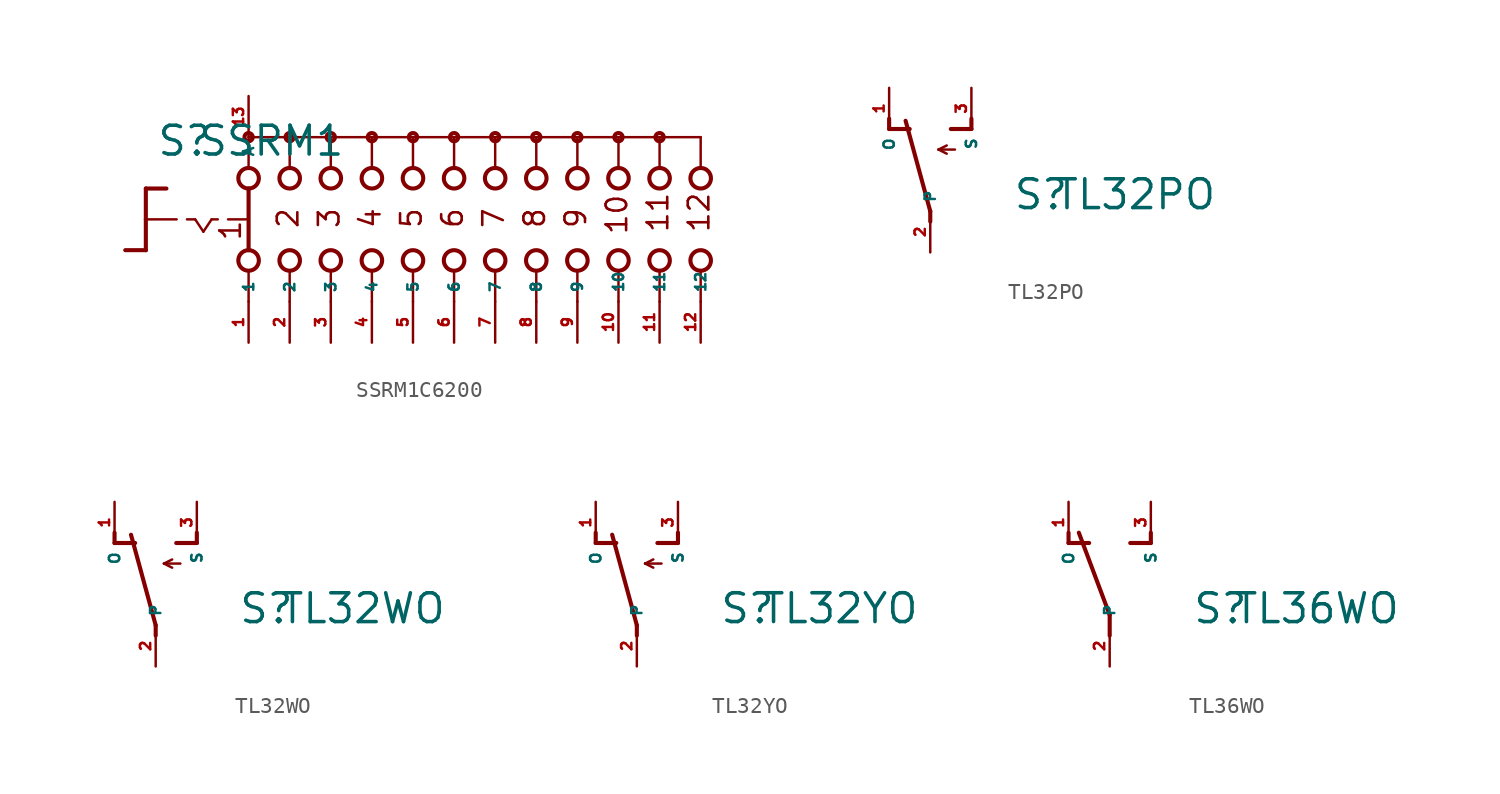
<source format=kicad_sym>
(kicad_symbol_lib
  (version 20220914)
  (generator Eagle2Kicad)
  (symbol "SSRM1C6200"
    (property "Reference" "S"
      (at -18.415 3.81 0)
      (effects (font (size 1.778 1.778) (thickness 0.22)) (justify left bottom)))
    (property "Value" "SSRM1"
      (at -15.875 3.81 0)
      (effects (font (size 1.778 1.778) (thickness 0.22)) (justify left bottom)))
    (polyline
      (pts (xy -19.05 1.905) (xy -17.78 1.905))
      (stroke (width 0.254) (type default))
      (fill (type none)))
    (polyline
      (pts (xy -19.05 1.905) (xy -19.05 0))
      (stroke (width 0.254) (type default))
      (fill (type none)))
    (polyline
      (pts (xy -19.05 -1.905) (xy -20.32 -1.905))
      (stroke (width 0.254) (type default))
      (fill (type none)))
    (polyline
      (pts (xy -19.05 0) (xy -17.145 0))
      (stroke (width 0.152) (type default))
      (fill (type none)))
    (polyline
      (pts (xy -19.05 0) (xy -19.05 -1.905))
      (stroke (width 0.254) (type default))
      (fill (type none)))
    (polyline
      (pts (xy -16.51 0) (xy -16.002 0))
      (stroke (width 0.152) (type default))
      (fill (type none)))
    (polyline
      (pts (xy -14.986 0) (xy -14.605 0))
      (stroke (width 0.152) (type default))
      (fill (type none)))
    (polyline
      (pts (xy -13.97 0) (xy -12.827 0))
      (stroke (width 0.152) (type default))
      (fill (type none)))
    (polyline
      (pts (xy -16.002 0) (xy -15.494 -0.762))
      (stroke (width 0.152) (type default))
      (fill (type none)))
    (polyline
      (pts (xy -15.494 -0.762) (xy -14.986 0))
      (stroke (width 0.152) (type default))
      (fill (type none)))
    (polyline
      (pts (xy -10.16 3.175) (xy -10.16 5.08))
      (stroke (width 0.152) (type default))
      (fill (type none)))
    (polyline
      (pts (xy -7.62 3.175) (xy -7.62 5.08))
      (stroke (width 0.152) (type default))
      (fill (type none)))
    (polyline
      (pts (xy -5.08 3.175) (xy -5.08 5.08))
      (stroke (width 0.152) (type default))
      (fill (type none)))
    (polyline
      (pts (xy -10.16 -5.08) (xy -10.16 -3.175))
      (stroke (width 0.152) (type default))
      (fill (type none)))
    (polyline
      (pts (xy -7.62 -5.08) (xy -7.62 -3.175))
      (stroke (width 0.152) (type default))
      (fill (type none)))
    (polyline
      (pts (xy -5.08 -5.08) (xy -5.08 -3.175))
      (stroke (width 0.152) (type default))
      (fill (type none)))
    (polyline
      (pts (xy -7.62 5.08) (xy -10.16 5.08))
      (stroke (width 0.152) (type default))
      (fill (type none)))
    (polyline
      (pts (xy -7.62 5.08) (xy -5.08 5.08))
      (stroke (width 0.152) (type default))
      (fill (type none)))
    (polyline
      (pts (xy -2.54 -5.08) (xy -2.54 -3.175))
      (stroke (width 0.152) (type default))
      (fill (type none)))
    (polyline
      (pts (xy 0 -5.08) (xy 0 -3.175))
      (stroke (width 0.152) (type default))
      (fill (type none)))
    (polyline
      (pts (xy -2.54 3.175) (xy -2.54 5.08))
      (stroke (width 0.152) (type default))
      (fill (type none)))
    (polyline
      (pts (xy 0 3.175) (xy 0 5.08))
      (stroke (width 0.152) (type default))
      (fill (type none)))
    (polyline
      (pts (xy -5.08 5.08) (xy -2.54 5.08))
      (stroke (width 0.152) (type default))
      (fill (type none)))
    (polyline
      (pts (xy -2.54 5.08) (xy 0 5.08))
      (stroke (width 0.152) (type default))
      (fill (type none)))
    (polyline
      (pts (xy -12.7 5.08) (xy -12.7 3.175))
      (stroke (width 0.152) (type default))
      (fill (type none)))
    (polyline
      (pts (xy -12.7 1.905) (xy -12.7 -1.905))
      (stroke (width 0.254) (type default))
      (fill (type none)))
    (polyline
      (pts (xy -12.7 -3.175) (xy -12.7 -5.08))
      (stroke (width 0.152) (type default))
      (fill (type none)))
    (polyline
      (pts (xy -10.16 5.08) (xy -12.7 5.08))
      (stroke (width 0.152) (type default))
      (fill (type none)))
    (polyline
      (pts (xy 0 5.08) (xy 2.54 5.08))
      (stroke (width 0.152) (type default))
      (fill (type none)))
    (polyline
      (pts (xy 2.54 3.175) (xy 2.54 5.08))
      (stroke (width 0.152) (type default))
      (fill (type none)))
    (polyline
      (pts (xy 2.54 -5.08) (xy 2.54 -3.175))
      (stroke (width 0.152) (type default))
      (fill (type none)))
    (polyline
      (pts (xy 5.08 3.175) (xy 5.08 5.08))
      (stroke (width 0.152) (type default))
      (fill (type none)))
    (polyline
      (pts (xy 7.62 3.175) (xy 7.62 5.08))
      (stroke (width 0.152) (type default))
      (fill (type none)))
    (polyline
      (pts (xy 10.16 3.175) (xy 10.16 5.08))
      (stroke (width 0.152) (type default))
      (fill (type none)))
    (polyline
      (pts (xy 12.7 3.175) (xy 12.7 5.08))
      (stroke (width 0.152) (type default))
      (fill (type none)))
    (polyline
      (pts (xy 15.24 3.175) (xy 15.24 5.08))
      (stroke (width 0.152) (type default))
      (fill (type none)))
    (polyline
      (pts (xy 2.54 5.08) (xy 5.08 5.08))
      (stroke (width 0.152) (type default))
      (fill (type none)))
    (polyline
      (pts (xy 5.08 5.08) (xy 7.62 5.08))
      (stroke (width 0.152) (type default))
      (fill (type none)))
    (polyline
      (pts (xy 7.62 5.08) (xy 10.16 5.08))
      (stroke (width 0.152) (type default))
      (fill (type none)))
    (polyline
      (pts (xy 10.16 5.08) (xy 12.7 5.08))
      (stroke (width 0.152) (type default))
      (fill (type none)))
    (polyline
      (pts (xy 12.7 5.08) (xy 15.24 5.08))
      (stroke (width 0.152) (type default))
      (fill (type none)))
    (polyline
      (pts (xy 5.08 -5.08) (xy 5.08 -3.175))
      (stroke (width 0.152) (type default))
      (fill (type none)))
    (polyline
      (pts (xy 7.62 -5.08) (xy 7.62 -3.175))
      (stroke (width 0.152) (type default))
      (fill (type none)))
    (polyline
      (pts (xy 10.16 -5.08) (xy 10.16 -3.175))
      (stroke (width 0.152) (type default))
      (fill (type none)))
    (polyline
      (pts (xy 12.7 -5.08) (xy 12.7 -3.175))
      (stroke (width 0.152) (type default))
      (fill (type none)))
    (polyline
      (pts (xy 15.24 -5.08) (xy 15.24 -3.175))
      (stroke (width 0.152) (type default))
      (fill (type none)))
    (text "1"
      (at -13.081 -1.397 900)
      (effects (font (size 1.27 1.27) (thickness 0.16)) (justify left bottom)))
    (text "2"
      (at -9.525 -0.635 900)
      (effects (font (size 1.27 1.27) (thickness 0.16)) (justify left bottom)))
    (text "3"
      (at -6.985 -0.635 900)
      (effects (font (size 1.27 1.27) (thickness 0.16)) (justify left bottom)))
    (text "4"
      (at -4.445 -0.635 900)
      (effects (font (size 1.27 1.27) (thickness 0.16)) (justify left bottom)))
    (text "5"
      (at -1.905 -0.635 900)
      (effects (font (size 1.27 1.27) (thickness 0.16)) (justify left bottom)))
    (text "6"
      (at 0.635 -0.635 900)
      (effects (font (size 1.27 1.27) (thickness 0.16)) (justify left bottom)))
    (text "7"
      (at 3.175 -0.635 900)
      (effects (font (size 1.27 1.27) (thickness 0.16)) (justify left bottom)))
    (text "8"
      (at 5.715 -0.635 900)
      (effects (font (size 1.27 1.27) (thickness 0.16)) (justify left bottom)))
    (text "9"
      (at 8.255 -0.635 900)
      (effects (font (size 1.27 1.27) (thickness 0.16)) (justify left bottom)))
    (text "10"
      (at 10.795 -1.016 900)
      (effects (font (size 1.27 1.27) (thickness 0.16)) (justify left bottom)))
    (text "11"
      (at 13.335 -0.889 900)
      (effects (font (size 1.27 1.27) (thickness 0.16)) (justify left bottom)))
    (text "12"
      (at 15.875 -0.889 900)
      (effects (font (size 1.27 1.27) (thickness 0.16)) (justify left bottom)))
    (circle
      (center -7.62 5.08)
      (radius 0.254)
      (stroke (width 0.254) (type default))
      (fill (type none)))
    (circle
      (center -5.08 5.08)
      (radius 0.254)
      (stroke (width 0.254) (type default))
      (fill (type none)))
    (circle
      (center 0 5.08)
      (radius 0.254)
      (stroke (width 0.254) (type default))
      (fill (type none)))
    (circle
      (center -12.7 5.08)
      (radius 0.254)
      (stroke (width 0.254) (type default))
      (fill (type none)))
    (circle
      (center -10.16 5.08)
      (radius 0.254)
      (stroke (width 0.254) (type default))
      (fill (type none)))
    (circle
      (center -12.7 2.54)
      (radius 0.635)
      (stroke (width 0.254) (type default))
      (fill (type none)))
    (circle
      (center -10.16 2.54)
      (radius 0.635)
      (stroke (width 0.254) (type default))
      (fill (type none)))
    (circle
      (center -7.62 2.54)
      (radius 0.635)
      (stroke (width 0.254) (type default))
      (fill (type none)))
    (circle
      (center -12.7 -2.54)
      (radius 0.635)
      (stroke (width 0.254) (type default))
      (fill (type none)))
    (circle
      (center -10.16 -2.54)
      (radius 0.635)
      (stroke (width 0.254) (type default))
      (fill (type none)))
    (circle
      (center -7.62 -2.54)
      (radius 0.635)
      (stroke (width 0.254) (type default))
      (fill (type none)))
    (circle
      (center -2.54 5.08)
      (radius 0.254)
      (stroke (width 0.254) (type default))
      (fill (type none)))
    (circle
      (center -5.08 2.54)
      (radius 0.635)
      (stroke (width 0.254) (type default))
      (fill (type none)))
    (circle
      (center -2.54 2.54)
      (radius 0.635)
      (stroke (width 0.254) (type default))
      (fill (type none)))
    (circle
      (center -5.08 -2.54)
      (radius 0.635)
      (stroke (width 0.254) (type default))
      (fill (type none)))
    (circle
      (center -2.54 -2.54)
      (radius 0.635)
      (stroke (width 0.254) (type default))
      (fill (type none)))
    (circle
      (center 0 2.54)
      (radius 0.635)
      (stroke (width 0.254) (type default))
      (fill (type none)))
    (circle
      (center 0 -2.54)
      (radius 0.635)
      (stroke (width 0.254) (type default))
      (fill (type none)))
    (circle
      (center 2.54 5.08)
      (radius 0.254)
      (stroke (width 0.254) (type default))
      (fill (type none)))
    (circle
      (center 2.54 2.54)
      (radius 0.635)
      (stroke (width 0.254) (type default))
      (fill (type none)))
    (circle
      (center 2.54 -2.54)
      (radius 0.635)
      (stroke (width 0.254) (type default))
      (fill (type none)))
    (circle
      (center 5.08 2.54)
      (radius 0.635)
      (stroke (width 0.254) (type default))
      (fill (type none)))
    (circle
      (center 7.62 2.54)
      (radius 0.635)
      (stroke (width 0.254) (type default))
      (fill (type none)))
    (circle
      (center 10.16 2.54)
      (radius 0.635)
      (stroke (width 0.254) (type default))
      (fill (type none)))
    (circle
      (center 12.7 2.54)
      (radius 0.635)
      (stroke (width 0.254) (type default))
      (fill (type none)))
    (circle
      (center 15.24 2.54)
      (radius 0.635)
      (stroke (width 0.254) (type default))
      (fill (type none)))
    (circle
      (center 5.08 5.08)
      (radius 0.254)
      (stroke (width 0.254) (type default))
      (fill (type none)))
    (circle
      (center 7.62 5.08)
      (radius 0.254)
      (stroke (width 0.254) (type default))
      (fill (type none)))
    (circle
      (center 10.16 5.08)
      (radius 0.254)
      (stroke (width 0.254) (type default))
      (fill (type none)))
    (circle
      (center 12.7 5.08)
      (radius 0.254)
      (stroke (width 0.254) (type default))
      (fill (type none)))
    (circle
      (center 5.08 -2.54)
      (radius 0.635)
      (stroke (width 0.254) (type default))
      (fill (type none)))
    (circle
      (center 7.62 -2.54)
      (radius 0.635)
      (stroke (width 0.254) (type default))
      (fill (type none)))
    (circle
      (center 10.16 -2.54)
      (radius 0.635)
      (stroke (width 0.254) (type default))
      (fill (type none)))
    (circle
      (center 12.7 -2.54)
      (radius 0.635)
      (stroke (width 0.254) (type default))
      (fill (type none)))
    (circle
      (center 15.24 -2.54)
      (radius 0.635)
      (stroke (width 0.254) (type default))
      (fill (type none)))
    (pin passive line
      (at -12.7 -7.62 90)
      (length 2.54)
      (name "1" (effects (font (size 0.635 0.635) (thickness 0.08)) (justify left bottom)))
      (number "1" (effects (font (size 0.635 0.635) (thickness 0.08)) (justify left bottom))))
    (pin passive line
      (at -12.7 7.62 270)
      (length 2.54)
      (name "A" (effects (font (size 0.635 0.635) (thickness 0.08)) (justify left bottom)))
      (number "13" (effects (font (size 0.635 0.635) (thickness 0.08)) (justify left bottom))))
    (pin passive line
      (at -10.16 -7.62 90)
      (length 2.54)
      (name "2" (effects (font (size 0.635 0.635) (thickness 0.08)) (justify left bottom)))
      (number "2" (effects (font (size 0.635 0.635) (thickness 0.08)) (justify left bottom))))
    (pin passive line
      (at -7.62 -7.62 90)
      (length 2.54)
      (name "3" (effects (font (size 0.635 0.635) (thickness 0.08)) (justify left bottom)))
      (number "3" (effects (font (size 0.635 0.635) (thickness 0.08)) (justify left bottom))))
    (pin passive line
      (at -5.08 -7.62 90)
      (length 2.54)
      (name "4" (effects (font (size 0.635 0.635) (thickness 0.08)) (justify left bottom)))
      (number "4" (effects (font (size 0.635 0.635) (thickness 0.08)) (justify left bottom))))
    (pin passive line
      (at -2.54 -7.62 90)
      (length 2.54)
      (name "5" (effects (font (size 0.635 0.635) (thickness 0.08)) (justify left bottom)))
      (number "5" (effects (font (size 0.635 0.635) (thickness 0.08)) (justify left bottom))))
    (pin passive line
      (at 0 -7.62 90)
      (length 2.54)
      (name "6" (effects (font (size 0.635 0.635) (thickness 0.08)) (justify left bottom)))
      (number "6" (effects (font (size 0.635 0.635) (thickness 0.08)) (justify left bottom))))
    (pin passive line
      (at 2.54 -7.62 90)
      (length 2.54)
      (name "7" (effects (font (size 0.635 0.635) (thickness 0.08)) (justify left bottom)))
      (number "7" (effects (font (size 0.635 0.635) (thickness 0.08)) (justify left bottom))))
    (pin passive line
      (at 5.08 -7.62 90)
      (length 2.54)
      (name "8" (effects (font (size 0.635 0.635) (thickness 0.08)) (justify left bottom)))
      (number "8" (effects (font (size 0.635 0.635) (thickness 0.08)) (justify left bottom))))
    (pin passive line
      (at 7.62 -7.62 90)
      (length 2.54)
      (name "9" (effects (font (size 0.635 0.635) (thickness 0.08)) (justify left bottom)))
      (number "9" (effects (font (size 0.635 0.635) (thickness 0.08)) (justify left bottom))))
    (pin passive line
      (at 10.16 -7.62 90)
      (length 2.54)
      (name "10" (effects (font (size 0.635 0.635) (thickness 0.08)) (justify left bottom)))
      (number "10" (effects (font (size 0.635 0.635) (thickness 0.08)) (justify left bottom))))
    (pin passive line
      (at 12.7 -7.62 90)
      (length 2.54)
      (name "11" (effects (font (size 0.635 0.635) (thickness 0.08)) (justify left bottom)))
      (number "11" (effects (font (size 0.635 0.635) (thickness 0.08)) (justify left bottom))))
    (pin passive line
      (at 15.24 -7.62 90)
      (length 2.54)
      (name "12" (effects (font (size 0.635 0.635) (thickness 0.08)) (justify left bottom)))
      (number "12" (effects (font (size 0.635 0.635) (thickness 0.08)) (justify left bottom)))))
  (symbol "TL32PO"
    (property "Reference" "S"
      (at 5.08 -2.54 0)
      (effects (font (size 1.778 1.778) (thickness 0.22)) (justify left bottom)))
    (property "Value" "TL32PO"
      (at 7.62 -2.54 0)
      (effects (font (size 1.778 1.778) (thickness 0.22)) (justify left bottom)))
    (polyline
      (pts (xy 0 -3.175) (xy 0 -2.54))
      (stroke (width 0.254) (type default))
      (fill (type none)))
    (polyline
      (pts (xy 0 -2.54) (xy -1.524 3.048))
      (stroke (width 0.254) (type default))
      (fill (type none)))
    (polyline
      (pts (xy 1.27 2.54) (xy 2.54 2.54))
      (stroke (width 0.254) (type default))
      (fill (type none)))
    (polyline
      (pts (xy 2.54 2.54) (xy 2.54 3.175))
      (stroke (width 0.254) (type default))
      (fill (type none)))
    (polyline
      (pts (xy -2.54 2.54) (xy -1.27 2.54))
      (stroke (width 0.254) (type default))
      (fill (type none)))
    (polyline
      (pts (xy -2.54 2.54) (xy -2.54 3.175))
      (stroke (width 0.254) (type default))
      (fill (type none)))
    (polyline
      (pts (xy 0.508 1.27) (xy 1.016 1.524))
      (stroke (width 0.152) (type default))
      (fill (type none)))
    (polyline
      (pts (xy 0.508 1.27) (xy 1.016 1.016))
      (stroke (width 0.152) (type default))
      (fill (type none)))
    (polyline
      (pts (xy 0.508 1.27) (xy 1.524 1.27))
      (stroke (width 0.152) (type default))
      (fill (type none)))
    (pin passive line
      (at 0 -5.08 90)
      (length 2.54)
      (name "P" (effects (font (size 0.635 0.635) (thickness 0.08)) (justify left bottom)))
      (number "2" (effects (font (size 0.635 0.635) (thickness 0.08)) (justify left bottom))))
    (pin passive line
      (at 2.54 5.08 270)
      (length 2.54)
      (name "S" (effects (font (size 0.635 0.635) (thickness 0.08)) (justify left bottom)))
      (number "3" (effects (font (size 0.635 0.635) (thickness 0.08)) (justify left bottom))))
    (pin passive line
      (at -2.54 5.08 270)
      (length 2.54)
      (name "O" (effects (font (size 0.635 0.635) (thickness 0.08)) (justify left bottom)))
      (number "1" (effects (font (size 0.635 0.635) (thickness 0.08)) (justify left bottom)))))
  (symbol "TL32WO"
    (property "Reference" "S"
      (at 5.08 -2.54 0)
      (effects (font (size 1.778 1.778) (thickness 0.22)) (justify left bottom)))
    (property "Value" "TL32WO"
      (at 7.62 -2.54 0)
      (effects (font (size 1.778 1.778) (thickness 0.22)) (justify left bottom)))
    (polyline
      (pts (xy 0 -3.175) (xy 0 -2.54))
      (stroke (width 0.254) (type default))
      (fill (type none)))
    (polyline
      (pts (xy 0 -2.54) (xy -1.524 3.048))
      (stroke (width 0.254) (type default))
      (fill (type none)))
    (polyline
      (pts (xy 1.27 2.54) (xy 2.54 2.54))
      (stroke (width 0.254) (type default))
      (fill (type none)))
    (polyline
      (pts (xy 2.54 2.54) (xy 2.54 3.175))
      (stroke (width 0.254) (type default))
      (fill (type none)))
    (polyline
      (pts (xy -2.54 2.54) (xy -1.27 2.54))
      (stroke (width 0.254) (type default))
      (fill (type none)))
    (polyline
      (pts (xy -2.54 2.54) (xy -2.54 3.175))
      (stroke (width 0.254) (type default))
      (fill (type none)))
    (polyline
      (pts (xy 0.508 1.27) (xy 1.016 1.524))
      (stroke (width 0.152) (type default))
      (fill (type none)))
    (polyline
      (pts (xy 0.508 1.27) (xy 1.016 1.016))
      (stroke (width 0.152) (type default))
      (fill (type none)))
    (polyline
      (pts (xy 0.508 1.27) (xy 1.524 1.27))
      (stroke (width 0.152) (type default))
      (fill (type none)))
    (pin passive line
      (at 0 -5.08 90)
      (length 2.54)
      (name "P" (effects (font (size 0.635 0.635) (thickness 0.08)) (justify left bottom)))
      (number "2" (effects (font (size 0.635 0.635) (thickness 0.08)) (justify left bottom))))
    (pin passive line
      (at 2.54 5.08 270)
      (length 2.54)
      (name "S" (effects (font (size 0.635 0.635) (thickness 0.08)) (justify left bottom)))
      (number "3" (effects (font (size 0.635 0.635) (thickness 0.08)) (justify left bottom))))
    (pin passive line
      (at -2.54 5.08 270)
      (length 2.54)
      (name "O" (effects (font (size 0.635 0.635) (thickness 0.08)) (justify left bottom)))
      (number "1" (effects (font (size 0.635 0.635) (thickness 0.08)) (justify left bottom)))))
  (symbol "TL32YO"
    (property "Reference" "S"
      (at 5.08 -2.54 0)
      (effects (font (size 1.778 1.778) (thickness 0.22)) (justify left bottom)))
    (property "Value" "TL32YO"
      (at 7.62 -2.54 0)
      (effects (font (size 1.778 1.778) (thickness 0.22)) (justify left bottom)))
    (polyline
      (pts (xy 0 -3.175) (xy 0 -2.54))
      (stroke (width 0.254) (type default))
      (fill (type none)))
    (polyline
      (pts (xy 0 -2.54) (xy -1.524 3.048))
      (stroke (width 0.254) (type default))
      (fill (type none)))
    (polyline
      (pts (xy 1.27 2.54) (xy 2.54 2.54))
      (stroke (width 0.254) (type default))
      (fill (type none)))
    (polyline
      (pts (xy 2.54 2.54) (xy 2.54 3.175))
      (stroke (width 0.254) (type default))
      (fill (type none)))
    (polyline
      (pts (xy -2.54 2.54) (xy -1.27 2.54))
      (stroke (width 0.254) (type default))
      (fill (type none)))
    (polyline
      (pts (xy -2.54 2.54) (xy -2.54 3.175))
      (stroke (width 0.254) (type default))
      (fill (type none)))
    (polyline
      (pts (xy 0.508 1.27) (xy 1.016 1.524))
      (stroke (width 0.152) (type default))
      (fill (type none)))
    (polyline
      (pts (xy 0.508 1.27) (xy 1.016 1.016))
      (stroke (width 0.152) (type default))
      (fill (type none)))
    (polyline
      (pts (xy 0.508 1.27) (xy 1.524 1.27))
      (stroke (width 0.152) (type default))
      (fill (type none)))
    (pin passive line
      (at 0 -5.08 90)
      (length 2.54)
      (name "P" (effects (font (size 0.635 0.635) (thickness 0.08)) (justify left bottom)))
      (number "2" (effects (font (size 0.635 0.635) (thickness 0.08)) (justify left bottom))))
    (pin passive line
      (at 2.54 5.08 270)
      (length 2.54)
      (name "S" (effects (font (size 0.635 0.635) (thickness 0.08)) (justify left bottom)))
      (number "3" (effects (font (size 0.635 0.635) (thickness 0.08)) (justify left bottom))))
    (pin passive line
      (at -2.54 5.08 270)
      (length 2.54)
      (name "O" (effects (font (size 0.635 0.635) (thickness 0.08)) (justify left bottom)))
      (number "1" (effects (font (size 0.635 0.635) (thickness 0.08)) (justify left bottom)))))
  (symbol "TL36WO"
    (property "Reference" "S"
      (at 5.08 -2.54 0)
      (effects (font (size 1.778 1.778) (thickness 0.22)) (justify left bottom)))
    (property "Value" "TL36WO"
      (at 7.62 -2.54 0)
      (effects (font (size 1.778 1.778) (thickness 0.22)) (justify left bottom)))
    (polyline
      (pts (xy 0 -3.175) (xy 0 -1.905))
      (stroke (width 0.254) (type default))
      (fill (type none)))
    (polyline
      (pts (xy 0 -1.905) (xy -1.905 3.175))
      (stroke (width 0.254) (type default))
      (fill (type none)))
    (polyline
      (pts (xy 1.27 2.54) (xy 2.54 2.54))
      (stroke (width 0.254) (type default))
      (fill (type none)))
    (polyline
      (pts (xy 2.54 2.54) (xy 2.54 3.175))
      (stroke (width 0.254) (type default))
      (fill (type none)))
    (polyline
      (pts (xy -2.54 2.54) (xy -1.27 2.54))
      (stroke (width 0.254) (type default))
      (fill (type none)))
    (polyline
      (pts (xy -2.54 2.54) (xy -2.54 3.175))
      (stroke (width 0.254) (type default))
      (fill (type none)))
    (pin passive line
      (at 0 -5.08 90)
      (length 2.54)
      (name "P" (effects (font (size 0.635 0.635) (thickness 0.08)) (justify left bottom)))
      (number "2" (effects (font (size 0.635 0.635) (thickness 0.08)) (justify left bottom))))
    (pin passive line
      (at 2.54 5.08 270)
      (length 2.54)
      (name "S" (effects (font (size 0.635 0.635) (thickness 0.08)) (justify left bottom)))
      (number "3" (effects (font (size 0.635 0.635) (thickness 0.08)) (justify left bottom))))
    (pin passive line
      (at -2.54 5.08 270)
      (length 2.54)
      (name "O" (effects (font (size 0.635 0.635) (thickness 0.08)) (justify left bottom)))
      (number "1" (effects (font (size 0.635 0.635) (thickness 0.08)) (justify left bottom))))))
</source>
